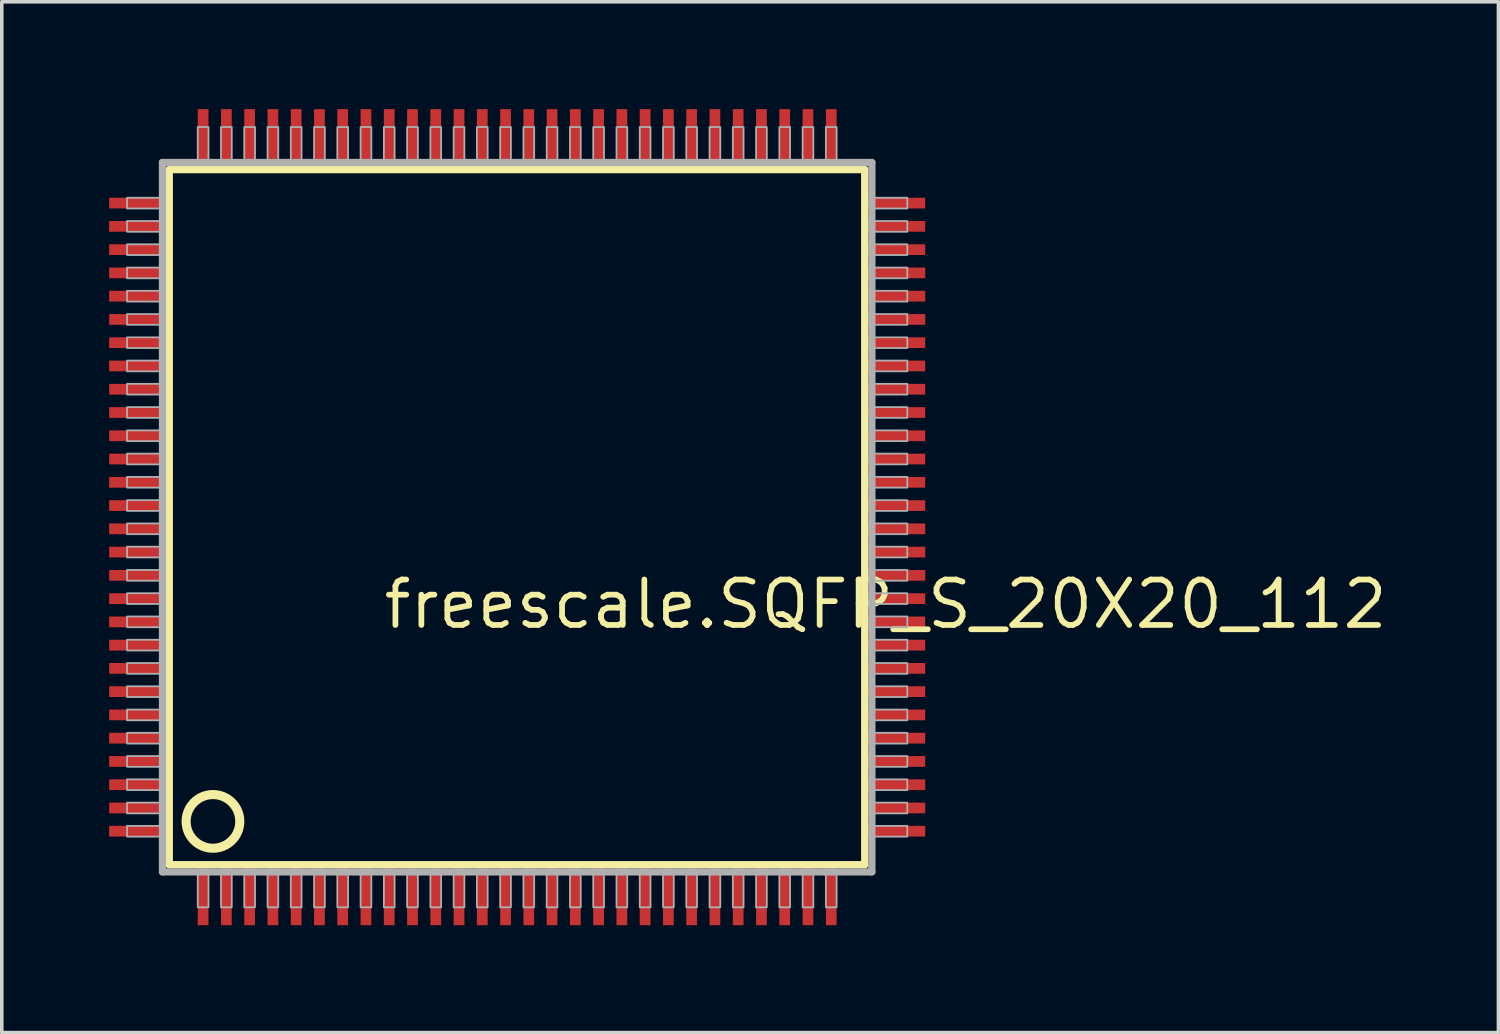
<source format=kicad_pcb>
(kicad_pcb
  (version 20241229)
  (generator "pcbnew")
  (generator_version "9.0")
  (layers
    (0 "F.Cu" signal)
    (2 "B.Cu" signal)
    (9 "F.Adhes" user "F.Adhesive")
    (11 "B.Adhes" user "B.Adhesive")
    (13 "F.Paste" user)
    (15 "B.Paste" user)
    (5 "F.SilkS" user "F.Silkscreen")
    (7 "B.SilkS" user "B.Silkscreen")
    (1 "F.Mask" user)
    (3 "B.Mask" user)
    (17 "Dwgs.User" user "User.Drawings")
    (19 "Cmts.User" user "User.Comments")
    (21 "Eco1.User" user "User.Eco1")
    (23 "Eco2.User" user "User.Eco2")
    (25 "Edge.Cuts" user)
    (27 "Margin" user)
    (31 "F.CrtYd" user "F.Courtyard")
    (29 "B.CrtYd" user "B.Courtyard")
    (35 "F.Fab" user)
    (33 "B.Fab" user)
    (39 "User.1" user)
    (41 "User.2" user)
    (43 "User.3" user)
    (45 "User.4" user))
  (footprint "freescale.SQFP_S_20X20_112"
    (layer "F.Cu")
    (at 11.4 11.4)
    (property "Reference" "freescale.SQFP_S_20X20_112" (at -3.81 3.175 0) (layer "F.SilkS") (effects (font (size 1.27 1.27) (thickness 0.16)) (justify left bottom)))
    (attr smd)
    (fp_line (start -9.72 -9.71) (end 9.71 -9.71) (stroke (width 0.203) (type default)) (layer "F.SilkS"))
    (fp_line (start -9.72 9.71) (end -9.72 -9.71) (stroke (width 0.203) (type default)) (layer "F.SilkS"))
    (fp_line (start 9.71 -9.71) (end 9.71 9.71) (stroke (width 0.203) (type default)) (layer "F.SilkS"))
    (fp_line (start 9.71 9.71) (end -9.72 9.71) (stroke (width 0.203) (type default)) (layer "F.SilkS"))
    (fp_circle (center -8.5 8.5) (end -7.75 8.5) (stroke (width 0.254) (type default)) (fill no) (layer "F.SilkS"))
    (fp_line (start -9.91 -9.91) (end -9.91 9.91) (stroke (width 0.203) (type default)) (layer "F.Fab"))
    (fp_line (start -9.91 9.91) (end 9.91 9.91) (stroke (width 0.203) (type default)) (layer "F.Fab"))
    (fp_line (start 9.91 -9.91) (end -9.91 -9.91) (stroke (width 0.203) (type default)) (layer "F.Fab"))
    (fp_line (start 9.91 9.91) (end 9.91 -9.91) (stroke (width 0.203) (type default)) (layer "F.Fab"))
    (fp_rect (start -10.9 -8.625) (end -9.95 -8.925) (stroke (width 0.05) (type default)) (fill no) (layer "F.Fab"))
    (fp_rect (start -10.9 -7.975) (end -9.95 -8.275) (stroke (width 0.05) (type default)) (fill no) (layer "F.Fab"))
    (fp_rect (start -10.9 -7.325) (end -9.95 -7.625) (stroke (width 0.05) (type default)) (fill no) (layer "F.Fab"))
    (fp_rect (start -10.9 -6.675) (end -9.95 -6.975) (stroke (width 0.05) (type default)) (fill no) (layer "F.Fab"))
    (fp_rect (start -10.9 -6.025) (end -9.95 -6.325) (stroke (width 0.05) (type default)) (fill no) (layer "F.Fab"))
    (fp_rect (start -10.9 -5.375) (end -9.95 -5.675) (stroke (width 0.05) (type default)) (fill no) (layer "F.Fab"))
    (fp_rect (start -10.9 -4.725) (end -9.95 -5.025) (stroke (width 0.05) (type default)) (fill no) (layer "F.Fab"))
    (fp_rect (start -10.9 -4.075) (end -9.95 -4.375) (stroke (width 0.05) (type default)) (fill no) (layer "F.Fab"))
    (fp_rect (start -10.9 -3.425) (end -9.95 -3.725) (stroke (width 0.05) (type default)) (fill no) (layer "F.Fab"))
    (fp_rect (start -10.9 -2.775) (end -9.95 -3.075) (stroke (width 0.05) (type default)) (fill no) (layer "F.Fab"))
    (fp_rect (start -10.9 -2.125) (end -9.95 -2.425) (stroke (width 0.05) (type default)) (fill no) (layer "F.Fab"))
    (fp_rect (start -10.9 -1.475) (end -9.95 -1.775) (stroke (width 0.05) (type default)) (fill no) (layer "F.Fab"))
    (fp_rect (start -10.9 -0.825) (end -9.95 -1.125) (stroke (width 0.05) (type default)) (fill no) (layer "F.Fab"))
    (fp_rect (start -10.9 -0.175) (end -9.95 -0.475) (stroke (width 0.05) (type default)) (fill no) (layer "F.Fab"))
    (fp_rect (start -10.9 0.475) (end -9.95 0.175) (stroke (width 0.05) (type default)) (fill no) (layer "F.Fab"))
    (fp_rect (start -10.9 1.125) (end -9.95 0.825) (stroke (width 0.05) (type default)) (fill no) (layer "F.Fab"))
    (fp_rect (start -10.9 1.775) (end -9.95 1.475) (stroke (width 0.05) (type default)) (fill no) (layer "F.Fab"))
    (fp_rect (start -10.9 2.425) (end -9.95 2.125) (stroke (width 0.05) (type default)) (fill no) (layer "F.Fab"))
    (fp_rect (start -10.9 3.075) (end -9.95 2.775) (stroke (width 0.05) (type default)) (fill no) (layer "F.Fab"))
    (fp_rect (start -10.9 3.725) (end -9.95 3.425) (stroke (width 0.05) (type default)) (fill no) (layer "F.Fab"))
    (fp_rect (start -10.9 4.375) (end -9.95 4.075) (stroke (width 0.05) (type default)) (fill no) (layer "F.Fab"))
    (fp_rect (start -10.9 5.025) (end -9.95 4.725) (stroke (width 0.05) (type default)) (fill no) (layer "F.Fab"))
    (fp_rect (start -10.9 5.675) (end -9.95 5.375) (stroke (width 0.05) (type default)) (fill no) (layer "F.Fab"))
    (fp_rect (start -10.9 6.325) (end -9.95 6.025) (stroke (width 0.05) (type default)) (fill no) (layer "F.Fab"))
    (fp_rect (start -10.9 6.975) (end -9.95 6.675) (stroke (width 0.05) (type default)) (fill no) (layer "F.Fab"))
    (fp_rect (start -10.9 7.625) (end -9.95 7.325) (stroke (width 0.05) (type default)) (fill no) (layer "F.Fab"))
    (fp_rect (start -10.9 8.275) (end -9.95 7.975) (stroke (width 0.05) (type default)) (fill no) (layer "F.Fab"))
    (fp_rect (start -10.9 8.925) (end -9.95 8.625) (stroke (width 0.05) (type default)) (fill no) (layer "F.Fab"))
    (fp_rect (start -8.925 -9.95) (end -8.625 -10.9) (stroke (width 0.05) (type default)) (fill no) (layer "F.Fab"))
    (fp_rect (start -8.925 10.9) (end -8.625 9.95) (stroke (width 0.05) (type default)) (fill no) (layer "F.Fab"))
    (fp_rect (start -8.275 -9.95) (end -7.975 -10.9) (stroke (width 0.05) (type default)) (fill no) (layer "F.Fab"))
    (fp_rect (start -8.275 10.9) (end -7.975 9.95) (stroke (width 0.05) (type default)) (fill no) (layer "F.Fab"))
    (fp_rect (start -7.625 -9.95) (end -7.325 -10.9) (stroke (width 0.05) (type default)) (fill no) (layer "F.Fab"))
    (fp_rect (start -7.625 10.9) (end -7.325 9.95) (stroke (width 0.05) (type default)) (fill no) (layer "F.Fab"))
    (fp_rect (start -6.975 -9.95) (end -6.675 -10.9) (stroke (width 0.05) (type default)) (fill no) (layer "F.Fab"))
    (fp_rect (start -6.975 10.9) (end -6.675 9.95) (stroke (width 0.05) (type default)) (fill no) (layer "F.Fab"))
    (fp_rect (start -6.325 -9.95) (end -6.025 -10.9) (stroke (width 0.05) (type default)) (fill no) (layer "F.Fab"))
    (fp_rect (start -6.325 10.9) (end -6.025 9.95) (stroke (width 0.05) (type default)) (fill no) (layer "F.Fab"))
    (fp_rect (start -5.675 -9.95) (end -5.375 -10.9) (stroke (width 0.05) (type default)) (fill no) (layer "F.Fab"))
    (fp_rect (start -5.675 10.9) (end -5.375 9.95) (stroke (width 0.05) (type default)) (fill no) (layer "F.Fab"))
    (fp_rect (start -5.025 -9.95) (end -4.725 -10.9) (stroke (width 0.05) (type default)) (fill no) (layer "F.Fab"))
    (fp_rect (start -5.025 10.9) (end -4.725 9.95) (stroke (width 0.05) (type default)) (fill no) (layer "F.Fab"))
    (fp_rect (start -4.375 -9.95) (end -4.075 -10.9) (stroke (width 0.05) (type default)) (fill no) (layer "F.Fab"))
    (fp_rect (start -4.375 10.9) (end -4.075 9.95) (stroke (width 0.05) (type default)) (fill no) (layer "F.Fab"))
    (fp_rect (start -3.725 -9.95) (end -3.425 -10.9) (stroke (width 0.05) (type default)) (fill no) (layer "F.Fab"))
    (fp_rect (start -3.725 10.9) (end -3.425 9.95) (stroke (width 0.05) (type default)) (fill no) (layer "F.Fab"))
    (fp_rect (start -3.075 -9.95) (end -2.775 -10.9) (stroke (width 0.05) (type default)) (fill no) (layer "F.Fab"))
    (fp_rect (start -3.075 10.9) (end -2.775 9.95) (stroke (width 0.05) (type default)) (fill no) (layer "F.Fab"))
    (fp_rect (start -2.425 -9.95) (end -2.125 -10.9) (stroke (width 0.05) (type default)) (fill no) (layer "F.Fab"))
    (fp_rect (start -2.425 10.9) (end -2.125 9.95) (stroke (width 0.05) (type default)) (fill no) (layer "F.Fab"))
    (fp_rect (start -1.775 -9.95) (end -1.475 -10.9) (stroke (width 0.05) (type default)) (fill no) (layer "F.Fab"))
    (fp_rect (start -1.775 10.9) (end -1.475 9.95) (stroke (width 0.05) (type default)) (fill no) (layer "F.Fab"))
    (fp_rect (start -1.125 -9.95) (end -0.825 -10.9) (stroke (width 0.05) (type default)) (fill no) (layer "F.Fab"))
    (fp_rect (start -1.125 10.9) (end -0.825 9.95) (stroke (width 0.05) (type default)) (fill no) (layer "F.Fab"))
    (fp_rect (start -0.475 -9.95) (end -0.175 -10.9) (stroke (width 0.05) (type default)) (fill no) (layer "F.Fab"))
    (fp_rect (start -0.475 10.9) (end -0.175 9.95) (stroke (width 0.05) (type default)) (fill no) (layer "F.Fab"))
    (fp_rect (start 0.175 -9.95) (end 0.475 -10.9) (stroke (width 0.05) (type default)) (fill no) (layer "F.Fab"))
    (fp_rect (start 0.175 10.9) (end 0.475 9.95) (stroke (width 0.05) (type default)) (fill no) (layer "F.Fab"))
    (fp_rect (start 0.825 -9.95) (end 1.125 -10.9) (stroke (width 0.05) (type default)) (fill no) (layer "F.Fab"))
    (fp_rect (start 0.825 10.9) (end 1.125 9.95) (stroke (width 0.05) (type default)) (fill no) (layer "F.Fab"))
    (fp_rect (start 1.475 -9.95) (end 1.775 -10.9) (stroke (width 0.05) (type default)) (fill no) (layer "F.Fab"))
    (fp_rect (start 1.475 10.9) (end 1.775 9.95) (stroke (width 0.05) (type default)) (fill no) (layer "F.Fab"))
    (fp_rect (start 2.125 -9.95) (end 2.425 -10.9) (stroke (width 0.05) (type default)) (fill no) (layer "F.Fab"))
    (fp_rect (start 2.125 10.9) (end 2.425 9.95) (stroke (width 0.05) (type default)) (fill no) (layer "F.Fab"))
    (fp_rect (start 2.775 -9.95) (end 3.075 -10.9) (stroke (width 0.05) (type default)) (fill no) (layer "F.Fab"))
    (fp_rect (start 2.775 10.9) (end 3.075 9.95) (stroke (width 0.05) (type default)) (fill no) (layer "F.Fab"))
    (fp_rect (start 3.425 -9.95) (end 3.725 -10.9) (stroke (width 0.05) (type default)) (fill no) (layer "F.Fab"))
    (fp_rect (start 3.425 10.9) (end 3.725 9.95) (stroke (width 0.05) (type default)) (fill no) (layer "F.Fab"))
    (fp_rect (start 4.075 -9.95) (end 4.375 -10.9) (stroke (width 0.05) (type default)) (fill no) (layer "F.Fab"))
    (fp_rect (start 4.075 10.9) (end 4.375 9.95) (stroke (width 0.05) (type default)) (fill no) (layer "F.Fab"))
    (fp_rect (start 4.725 -9.95) (end 5.025 -10.9) (stroke (width 0.05) (type default)) (fill no) (layer "F.Fab"))
    (fp_rect (start 4.725 10.9) (end 5.025 9.95) (stroke (width 0.05) (type default)) (fill no) (layer "F.Fab"))
    (fp_rect (start 5.375 -9.95) (end 5.675 -10.9) (stroke (width 0.05) (type default)) (fill no) (layer "F.Fab"))
    (fp_rect (start 5.375 10.9) (end 5.675 9.95) (stroke (width 0.05) (type default)) (fill no) (layer "F.Fab"))
    (fp_rect (start 6.025 -9.95) (end 6.325 -10.9) (stroke (width 0.05) (type default)) (fill no) (layer "F.Fab"))
    (fp_rect (start 6.025 10.9) (end 6.325 9.95) (stroke (width 0.05) (type default)) (fill no) (layer "F.Fab"))
    (fp_rect (start 6.675 -9.95) (end 6.975 -10.9) (stroke (width 0.05) (type default)) (fill no) (layer "F.Fab"))
    (fp_rect (start 6.675 10.9) (end 6.975 9.95) (stroke (width 0.05) (type default)) (fill no) (layer "F.Fab"))
    (fp_rect (start 7.325 -9.95) (end 7.625 -10.9) (stroke (width 0.05) (type default)) (fill no) (layer "F.Fab"))
    (fp_rect (start 7.325 10.9) (end 7.625 9.95) (stroke (width 0.05) (type default)) (fill no) (layer "F.Fab"))
    (fp_rect (start 7.975 -9.95) (end 8.275 -10.9) (stroke (width 0.05) (type default)) (fill no) (layer "F.Fab"))
    (fp_rect (start 7.975 10.9) (end 8.275 9.95) (stroke (width 0.05) (type default)) (fill no) (layer "F.Fab"))
    (fp_rect (start 8.625 -9.95) (end 8.925 -10.9) (stroke (width 0.05) (type default)) (fill no) (layer "F.Fab"))
    (fp_rect (start 8.625 10.9) (end 8.925 9.95) (stroke (width 0.05) (type default)) (fill no) (layer "F.Fab"))
    (fp_rect (start 9.95 -8.625) (end 10.9 -8.925) (stroke (width 0.05) (type default)) (fill no) (layer "F.Fab"))
    (fp_rect (start 9.95 -7.975) (end 10.9 -8.275) (stroke (width 0.05) (type default)) (fill no) (layer "F.Fab"))
    (fp_rect (start 9.95 -7.325) (end 10.9 -7.625) (stroke (width 0.05) (type default)) (fill no) (layer "F.Fab"))
    (fp_rect (start 9.95 -6.675) (end 10.9 -6.975) (stroke (width 0.05) (type default)) (fill no) (layer "F.Fab"))
    (fp_rect (start 9.95 -6.025) (end 10.9 -6.325) (stroke (width 0.05) (type default)) (fill no) (layer "F.Fab"))
    (fp_rect (start 9.95 -5.375) (end 10.9 -5.675) (stroke (width 0.05) (type default)) (fill no) (layer "F.Fab"))
    (fp_rect (start 9.95 -4.725) (end 10.9 -5.025) (stroke (width 0.05) (type default)) (fill no) (layer "F.Fab"))
    (fp_rect (start 9.95 -4.075) (end 10.9 -4.375) (stroke (width 0.05) (type default)) (fill no) (layer "F.Fab"))
    (fp_rect (start 9.95 -3.425) (end 10.9 -3.725) (stroke (width 0.05) (type default)) (fill no) (layer "F.Fab"))
    (fp_rect (start 9.95 -2.775) (end 10.9 -3.075) (stroke (width 0.05) (type default)) (fill no) (layer "F.Fab"))
    (fp_rect (start 9.95 -2.125) (end 10.9 -2.425) (stroke (width 0.05) (type default)) (fill no) (layer "F.Fab"))
    (fp_rect (start 9.95 -1.475) (end 10.9 -1.775) (stroke (width 0.05) (type default)) (fill no) (layer "F.Fab"))
    (fp_rect (start 9.95 -0.825) (end 10.9 -1.125) (stroke (width 0.05) (type default)) (fill no) (layer "F.Fab"))
    (fp_rect (start 9.95 -0.175) (end 10.9 -0.475) (stroke (width 0.05) (type default)) (fill no) (layer "F.Fab"))
    (fp_rect (start 9.95 0.475) (end 10.9 0.175) (stroke (width 0.05) (type default)) (fill no) (layer "F.Fab"))
    (fp_rect (start 9.95 1.125) (end 10.9 0.825) (stroke (width 0.05) (type default)) (fill no) (layer "F.Fab"))
    (fp_rect (start 9.95 1.775) (end 10.9 1.475) (stroke (width 0.05) (type default)) (fill no) (layer "F.Fab"))
    (fp_rect (start 9.95 2.425) (end 10.9 2.125) (stroke (width 0.05) (type default)) (fill no) (layer "F.Fab"))
    (fp_rect (start 9.95 3.075) (end 10.9 2.775) (stroke (width 0.05) (type default)) (fill no) (layer "F.Fab"))
    (fp_rect (start 9.95 3.725) (end 10.9 3.425) (stroke (width 0.05) (type default)) (fill no) (layer "F.Fab"))
    (fp_rect (start 9.95 4.375) (end 10.9 4.075) (stroke (width 0.05) (type default)) (fill no) (layer "F.Fab"))
    (fp_rect (start 9.95 5.025) (end 10.9 4.725) (stroke (width 0.05) (type default)) (fill no) (layer "F.Fab"))
    (fp_rect (start 9.95 5.675) (end 10.9 5.375) (stroke (width 0.05) (type default)) (fill no) (layer "F.Fab"))
    (fp_rect (start 9.95 6.325) (end 10.9 6.025) (stroke (width 0.05) (type default)) (fill no) (layer "F.Fab"))
    (fp_rect (start 9.95 6.975) (end 10.9 6.675) (stroke (width 0.05) (type default)) (fill no) (layer "F.Fab"))
    (fp_rect (start 9.95 7.625) (end 10.9 7.325) (stroke (width 0.05) (type default)) (fill no) (layer "F.Fab"))
    (fp_rect (start 9.95 8.275) (end 10.9 7.975) (stroke (width 0.05) (type default)) (fill no) (layer "F.Fab"))
    (fp_rect (start 9.95 8.925) (end 10.9 8.625) (stroke (width 0.05) (type default)) (fill no) (layer "F.Fab"))
    (pad "1" smd roundrect (at -8.775 10.6) (size 0.3 1.6) (layers "F.Cu" "F.Mask" "F.Paste") (roundrect_rratio 0.01))
    (pad "2" smd roundrect (at -8.125 10.6) (size 0.3 1.6) (layers "F.Cu" "F.Mask" "F.Paste") (roundrect_rratio 0.01))
    (pad "3" smd roundrect (at -7.475 10.6) (size 0.3 1.6) (layers "F.Cu" "F.Mask" "F.Paste") (roundrect_rratio 0.01))
    (pad "4" smd roundrect (at -6.825 10.6) (size 0.3 1.6) (layers "F.Cu" "F.Mask" "F.Paste") (roundrect_rratio 0.01))
    (pad "5" smd roundrect (at -6.175 10.6) (size 0.3 1.6) (layers "F.Cu" "F.Mask" "F.Paste") (roundrect_rratio 0.01))
    (pad "6" smd roundrect (at -5.525 10.6) (size 0.3 1.6) (layers "F.Cu" "F.Mask" "F.Paste") (roundrect_rratio 0.01))
    (pad "7" smd roundrect (at -4.875 10.6) (size 0.3 1.6) (layers "F.Cu" "F.Mask" "F.Paste") (roundrect_rratio 0.01))
    (pad "8" smd roundrect (at -4.225 10.6) (size 0.3 1.6) (layers "F.Cu" "F.Mask" "F.Paste") (roundrect_rratio 0.01))
    (pad "9" smd roundrect (at -3.575 10.6) (size 0.3 1.6) (layers "F.Cu" "F.Mask" "F.Paste") (roundrect_rratio 0.01))
    (pad "10" smd roundrect (at -2.925 10.6) (size 0.3 1.6) (layers "F.Cu" "F.Mask" "F.Paste") (roundrect_rratio 0.01))
    (pad "11" smd roundrect (at -2.275 10.6) (size 0.3 1.6) (layers "F.Cu" "F.Mask" "F.Paste") (roundrect_rratio 0.01))
    (pad "12" smd roundrect (at -1.625 10.6) (size 0.3 1.6) (layers "F.Cu" "F.Mask" "F.Paste") (roundrect_rratio 0.01))
    (pad "13" smd roundrect (at -0.975 10.6) (size 0.3 1.6) (layers "F.Cu" "F.Mask" "F.Paste") (roundrect_rratio 0.01))
    (pad "14" smd roundrect (at -0.325 10.6) (size 0.3 1.6) (layers "F.Cu" "F.Mask" "F.Paste") (roundrect_rratio 0.01))
    (pad "15" smd roundrect (at 0.325 10.6) (size 0.3 1.6) (layers "F.Cu" "F.Mask" "F.Paste") (roundrect_rratio 0.01))
    (pad "16" smd roundrect (at 0.975 10.6) (size 0.3 1.6) (layers "F.Cu" "F.Mask" "F.Paste") (roundrect_rratio 0.01))
    (pad "17" smd roundrect (at 1.625 10.6) (size 0.3 1.6) (layers "F.Cu" "F.Mask" "F.Paste") (roundrect_rratio 0.01))
    (pad "18" smd roundrect (at 2.275 10.6) (size 0.3 1.6) (layers "F.Cu" "F.Mask" "F.Paste") (roundrect_rratio 0.01))
    (pad "19" smd roundrect (at 2.925 10.6) (size 0.3 1.6) (layers "F.Cu" "F.Mask" "F.Paste") (roundrect_rratio 0.01))
    (pad "20" smd roundrect (at 3.575 10.6) (size 0.3 1.6) (layers "F.Cu" "F.Mask" "F.Paste") (roundrect_rratio 0.01))
    (pad "21" smd roundrect (at 4.225 10.6) (size 0.3 1.6) (layers "F.Cu" "F.Mask" "F.Paste") (roundrect_rratio 0.01))
    (pad "22" smd roundrect (at 4.875 10.6) (size 0.3 1.6) (layers "F.Cu" "F.Mask" "F.Paste") (roundrect_rratio 0.01))
    (pad "23" smd roundrect (at 5.525 10.6) (size 0.3 1.6) (layers "F.Cu" "F.Mask" "F.Paste") (roundrect_rratio 0.01))
    (pad "24" smd roundrect (at 6.175 10.6) (size 0.3 1.6) (layers "F.Cu" "F.Mask" "F.Paste") (roundrect_rratio 0.01))
    (pad "25" smd roundrect (at 6.825 10.6) (size 0.3 1.6) (layers "F.Cu" "F.Mask" "F.Paste") (roundrect_rratio 0.01))
    (pad "26" smd roundrect (at 7.475 10.6) (size 0.3 1.6) (layers "F.Cu" "F.Mask" "F.Paste") (roundrect_rratio 0.01))
    (pad "27" smd roundrect (at 8.125 10.6) (size 0.3 1.6) (layers "F.Cu" "F.Mask" "F.Paste") (roundrect_rratio 0.01))
    (pad "28" smd roundrect (at 8.775 10.6) (size 0.3 1.6) (layers "F.Cu" "F.Mask" "F.Paste") (roundrect_rratio 0.01))
    (pad "29" smd roundrect (at 10.6 8.775 90) (size 0.3 1.6) (layers "F.Cu" "F.Mask" "F.Paste") (roundrect_rratio 0.01))
    (pad "30" smd roundrect (at 10.6 8.125 90) (size 0.3 1.6) (layers "F.Cu" "F.Mask" "F.Paste") (roundrect_rratio 0.01))
    (pad "31" smd roundrect (at 10.6 7.475 90) (size 0.3 1.6) (layers "F.Cu" "F.Mask" "F.Paste") (roundrect_rratio 0.01))
    (pad "32" smd roundrect (at 10.6 6.825 90) (size 0.3 1.6) (layers "F.Cu" "F.Mask" "F.Paste") (roundrect_rratio 0.01))
    (pad "33" smd roundrect (at 10.6 6.175 90) (size 0.3 1.6) (layers "F.Cu" "F.Mask" "F.Paste") (roundrect_rratio 0.01))
    (pad "34" smd roundrect (at 10.6 5.525 90) (size 0.3 1.6) (layers "F.Cu" "F.Mask" "F.Paste") (roundrect_rratio 0.01))
    (pad "35" smd roundrect (at 10.6 4.875 90) (size 0.3 1.6) (layers "F.Cu" "F.Mask" "F.Paste") (roundrect_rratio 0.01))
    (pad "36" smd roundrect (at 10.6 4.225 90) (size 0.3 1.6) (layers "F.Cu" "F.Mask" "F.Paste") (roundrect_rratio 0.01))
    (pad "37" smd roundrect (at 10.6 3.575 90) (size 0.3 1.6) (layers "F.Cu" "F.Mask" "F.Paste") (roundrect_rratio 0.01))
    (pad "38" smd roundrect (at 10.6 2.925 90) (size 0.3 1.6) (layers "F.Cu" "F.Mask" "F.Paste") (roundrect_rratio 0.01))
    (pad "39" smd roundrect (at 10.6 2.275 90) (size 0.3 1.6) (layers "F.Cu" "F.Mask" "F.Paste") (roundrect_rratio 0.01))
    (pad "40" smd roundrect (at 10.6 1.625 90) (size 0.3 1.6) (layers "F.Cu" "F.Mask" "F.Paste") (roundrect_rratio 0.01))
    (pad "41" smd roundrect (at 10.6 0.975 90) (size 0.3 1.6) (layers "F.Cu" "F.Mask" "F.Paste") (roundrect_rratio 0.01))
    (pad "42" smd roundrect (at 10.6 0.325 90) (size 0.3 1.6) (layers "F.Cu" "F.Mask" "F.Paste") (roundrect_rratio 0.01))
    (pad "43" smd roundrect (at 10.6 -0.325 90) (size 0.3 1.6) (layers "F.Cu" "F.Mask" "F.Paste") (roundrect_rratio 0.01))
    (pad "44" smd roundrect (at 10.6 -0.975 90) (size 0.3 1.6) (layers "F.Cu" "F.Mask" "F.Paste") (roundrect_rratio 0.01))
    (pad "45" smd roundrect (at 10.6 -1.625 90) (size 0.3 1.6) (layers "F.Cu" "F.Mask" "F.Paste") (roundrect_rratio 0.01))
    (pad "46" smd roundrect (at 10.6 -2.275 90) (size 0.3 1.6) (layers "F.Cu" "F.Mask" "F.Paste") (roundrect_rratio 0.01))
    (pad "47" smd roundrect (at 10.6 -2.925 90) (size 0.3 1.6) (layers "F.Cu" "F.Mask" "F.Paste") (roundrect_rratio 0.01))
    (pad "48" smd roundrect (at 10.6 -3.575 90) (size 0.3 1.6) (layers "F.Cu" "F.Mask" "F.Paste") (roundrect_rratio 0.01))
    (pad "49" smd roundrect (at 10.6 -4.225 90) (size 0.3 1.6) (layers "F.Cu" "F.Mask" "F.Paste") (roundrect_rratio 0.01))
    (pad "50" smd roundrect (at 10.6 -4.875 90) (size 0.3 1.6) (layers "F.Cu" "F.Mask" "F.Paste") (roundrect_rratio 0.01))
    (pad "51" smd roundrect (at 10.6 -5.525 90) (size 0.3 1.6) (layers "F.Cu" "F.Mask" "F.Paste") (roundrect_rratio 0.01))
    (pad "52" smd roundrect (at 10.6 -6.175 90) (size 0.3 1.6) (layers "F.Cu" "F.Mask" "F.Paste") (roundrect_rratio 0.01))
    (pad "53" smd roundrect (at 10.6 -6.825 90) (size 0.3 1.6) (layers "F.Cu" "F.Mask" "F.Paste") (roundrect_rratio 0.01))
    (pad "54" smd roundrect (at 10.6 -7.475 90) (size 0.3 1.6) (layers "F.Cu" "F.Mask" "F.Paste") (roundrect_rratio 0.01))
    (pad "55" smd roundrect (at 10.6 -8.125 90) (size 0.3 1.6) (layers "F.Cu" "F.Mask" "F.Paste") (roundrect_rratio 0.01))
    (pad "56" smd roundrect (at 10.6 -8.775 90) (size 0.3 1.6) (layers "F.Cu" "F.Mask" "F.Paste") (roundrect_rratio 0.01))
    (pad "57" smd roundrect (at 8.775 -10.6 180) (size 0.3 1.6) (layers "F.Cu" "F.Mask" "F.Paste") (roundrect_rratio 0.01))
    (pad "58" smd roundrect (at 8.125 -10.6 180) (size 0.3 1.6) (layers "F.Cu" "F.Mask" "F.Paste") (roundrect_rratio 0.01))
    (pad "59" smd roundrect (at 7.475 -10.6 180) (size 0.3 1.6) (layers "F.Cu" "F.Mask" "F.Paste") (roundrect_rratio 0.01))
    (pad "60" smd roundrect (at 6.825 -10.6 180) (size 0.3 1.6) (layers "F.Cu" "F.Mask" "F.Paste") (roundrect_rratio 0.01))
    (pad "61" smd roundrect (at 6.175 -10.6 180) (size 0.3 1.6) (layers "F.Cu" "F.Mask" "F.Paste") (roundrect_rratio 0.01))
    (pad "62" smd roundrect (at 5.525 -10.6 180) (size 0.3 1.6) (layers "F.Cu" "F.Mask" "F.Paste") (roundrect_rratio 0.01))
    (pad "63" smd roundrect (at 4.875 -10.6 180) (size 0.3 1.6) (layers "F.Cu" "F.Mask" "F.Paste") (roundrect_rratio 0.01))
    (pad "64" smd roundrect (at 4.225 -10.6 180) (size 0.3 1.6) (layers "F.Cu" "F.Mask" "F.Paste") (roundrect_rratio 0.01))
    (pad "65" smd roundrect (at 3.575 -10.6 180) (size 0.3 1.6) (layers "F.Cu" "F.Mask" "F.Paste") (roundrect_rratio 0.01))
    (pad "66" smd roundrect (at 2.925 -10.6 180) (size 0.3 1.6) (layers "F.Cu" "F.Mask" "F.Paste") (roundrect_rratio 0.01))
    (pad "67" smd roundrect (at 2.275 -10.6 180) (size 0.3 1.6) (layers "F.Cu" "F.Mask" "F.Paste") (roundrect_rratio 0.01))
    (pad "68" smd roundrect (at 1.625 -10.6 180) (size 0.3 1.6) (layers "F.Cu" "F.Mask" "F.Paste") (roundrect_rratio 0.01))
    (pad "69" smd roundrect (at 0.975 -10.6 180) (size 0.3 1.6) (layers "F.Cu" "F.Mask" "F.Paste") (roundrect_rratio 0.01))
    (pad "70" smd roundrect (at 0.325 -10.6 180) (size 0.3 1.6) (layers "F.Cu" "F.Mask" "F.Paste") (roundrect_rratio 0.01))
    (pad "71" smd roundrect (at -0.325 -10.6 180) (size 0.3 1.6) (layers "F.Cu" "F.Mask" "F.Paste") (roundrect_rratio 0.01))
    (pad "72" smd roundrect (at -0.975 -10.6 180) (size 0.3 1.6) (layers "F.Cu" "F.Mask" "F.Paste") (roundrect_rratio 0.01))
    (pad "73" smd roundrect (at -1.625 -10.6 180) (size 0.3 1.6) (layers "F.Cu" "F.Mask" "F.Paste") (roundrect_rratio 0.01))
    (pad "74" smd roundrect (at -2.275 -10.6 180) (size 0.3 1.6) (layers "F.Cu" "F.Mask" "F.Paste") (roundrect_rratio 0.01))
    (pad "75" smd roundrect (at -2.925 -10.6 180) (size 0.3 1.6) (layers "F.Cu" "F.Mask" "F.Paste") (roundrect_rratio 0.01))
    (pad "76" smd roundrect (at -3.575 -10.6 180) (size 0.3 1.6) (layers "F.Cu" "F.Mask" "F.Paste") (roundrect_rratio 0.01))
    (pad "77" smd roundrect (at -4.225 -10.6 180) (size 0.3 1.6) (layers "F.Cu" "F.Mask" "F.Paste") (roundrect_rratio 0.01))
    (pad "78" smd roundrect (at -4.875 -10.6 180) (size 0.3 1.6) (layers "F.Cu" "F.Mask" "F.Paste") (roundrect_rratio 0.01))
    (pad "79" smd roundrect (at -5.525 -10.6 180) (size 0.3 1.6) (layers "F.Cu" "F.Mask" "F.Paste") (roundrect_rratio 0.01))
    (pad "80" smd roundrect (at -6.175 -10.6 180) (size 0.3 1.6) (layers "F.Cu" "F.Mask" "F.Paste") (roundrect_rratio 0.01))
    (pad "81" smd roundrect (at -6.825 -10.6 180) (size 0.3 1.6) (layers "F.Cu" "F.Mask" "F.Paste") (roundrect_rratio 0.01))
    (pad "82" smd roundrect (at -7.475 -10.6 180) (size 0.3 1.6) (layers "F.Cu" "F.Mask" "F.Paste") (roundrect_rratio 0.01))
    (pad "83" smd roundrect (at -8.125 -10.6 180) (size 0.3 1.6) (layers "F.Cu" "F.Mask" "F.Paste") (roundrect_rratio 0.01))
    (pad "84" smd roundrect (at -8.775 -10.6 180) (size 0.3 1.6) (layers "F.Cu" "F.Mask" "F.Paste") (roundrect_rratio 0.01))
    (pad "85" smd roundrect (at -10.6 -8.775 270) (size 0.3 1.6) (layers "F.Cu" "F.Mask" "F.Paste") (roundrect_rratio 0.01))
    (pad "86" smd roundrect (at -10.6 -8.125 270) (size 0.3 1.6) (layers "F.Cu" "F.Mask" "F.Paste") (roundrect_rratio 0.01))
    (pad "87" smd roundrect (at -10.6 -7.475 270) (size 0.3 1.6) (layers "F.Cu" "F.Mask" "F.Paste") (roundrect_rratio 0.01))
    (pad "88" smd roundrect (at -10.6 -6.825 270) (size 0.3 1.6) (layers "F.Cu" "F.Mask" "F.Paste") (roundrect_rratio 0.01))
    (pad "89" smd roundrect (at -10.6 -6.175 270) (size 0.3 1.6) (layers "F.Cu" "F.Mask" "F.Paste") (roundrect_rratio 0.01))
    (pad "90" smd roundrect (at -10.6 -5.525 270) (size 0.3 1.6) (layers "F.Cu" "F.Mask" "F.Paste") (roundrect_rratio 0.01))
    (pad "91" smd roundrect (at -10.6 -4.875 270) (size 0.3 1.6) (layers "F.Cu" "F.Mask" "F.Paste") (roundrect_rratio 0.01))
    (pad "92" smd roundrect (at -10.6 -4.225 270) (size 0.3 1.6) (layers "F.Cu" "F.Mask" "F.Paste") (roundrect_rratio 0.01))
    (pad "93" smd roundrect (at -10.6 -3.575 270) (size 0.3 1.6) (layers "F.Cu" "F.Mask" "F.Paste") (roundrect_rratio 0.01))
    (pad "94" smd roundrect (at -10.6 -2.925 270) (size 0.3 1.6) (layers "F.Cu" "F.Mask" "F.Paste") (roundrect_rratio 0.01))
    (pad "95" smd roundrect (at -10.6 -2.275 270) (size 0.3 1.6) (layers "F.Cu" "F.Mask" "F.Paste") (roundrect_rratio 0.01))
    (pad "96" smd roundrect (at -10.6 -1.625 270) (size 0.3 1.6) (layers "F.Cu" "F.Mask" "F.Paste") (roundrect_rratio 0.01))
    (pad "97" smd roundrect (at -10.6 -0.975 270) (size 0.3 1.6) (layers "F.Cu" "F.Mask" "F.Paste") (roundrect_rratio 0.01))
    (pad "98" smd roundrect (at -10.6 -0.325 270) (size 0.3 1.6) (layers "F.Cu" "F.Mask" "F.Paste") (roundrect_rratio 0.01))
    (pad "99" smd roundrect (at -10.6 0.325 270) (size 0.3 1.6) (layers "F.Cu" "F.Mask" "F.Paste") (roundrect_rratio 0.01))
    (pad "100" smd roundrect (at -10.6 0.975 270) (size 0.3 1.6) (layers "F.Cu" "F.Mask" "F.Paste") (roundrect_rratio 0.01))
    (pad "101" smd roundrect (at -10.6 1.625 270) (size 0.3 1.6) (layers "F.Cu" "F.Mask" "F.Paste") (roundrect_rratio 0.01))
    (pad "102" smd roundrect (at -10.6 2.275 270) (size 0.3 1.6) (layers "F.Cu" "F.Mask" "F.Paste") (roundrect_rratio 0.01))
    (pad "103" smd roundrect (at -10.6 2.925 270) (size 0.3 1.6) (layers "F.Cu" "F.Mask" "F.Paste") (roundrect_rratio 0.01))
    (pad "104" smd roundrect (at -10.6 3.575 270) (size 0.3 1.6) (layers "F.Cu" "F.Mask" "F.Paste") (roundrect_rratio 0.01))
    (pad "105" smd roundrect (at -10.6 4.225 270) (size 0.3 1.6) (layers "F.Cu" "F.Mask" "F.Paste") (roundrect_rratio 0.01))
    (pad "106" smd roundrect (at -10.6 4.875 270) (size 0.3 1.6) (layers "F.Cu" "F.Mask" "F.Paste") (roundrect_rratio 0.01))
    (pad "107" smd roundrect (at -10.6 5.525 270) (size 0.3 1.6) (layers "F.Cu" "F.Mask" "F.Paste") (roundrect_rratio 0.01))
    (pad "108" smd roundrect (at -10.6 6.175 270) (size 0.3 1.6) (layers "F.Cu" "F.Mask" "F.Paste") (roundrect_rratio 0.01))
    (pad "109" smd roundrect (at -10.6 6.825 270) (size 0.3 1.6) (layers "F.Cu" "F.Mask" "F.Paste") (roundrect_rratio 0.01))
    (pad "110" smd roundrect (at -10.6 7.475 270) (size 0.3 1.6) (layers "F.Cu" "F.Mask" "F.Paste") (roundrect_rratio 0.01))
    (pad "111" smd roundrect (at -10.6 8.125 270) (size 0.3 1.6) (layers "F.Cu" "F.Mask" "F.Paste") (roundrect_rratio 0.01))
    (pad "112" smd roundrect (at -10.6 8.775 270) (size 0.3 1.6) (layers "F.Cu" "F.Mask" "F.Paste") (roundrect_rratio 0.01)))
  (gr_rect
    (start -3 -3)
    (end 38.816 25.8)
    (stroke (width 0.1) (type default))
    (fill no)
    (layer "Edge.Cuts")))
</source>
